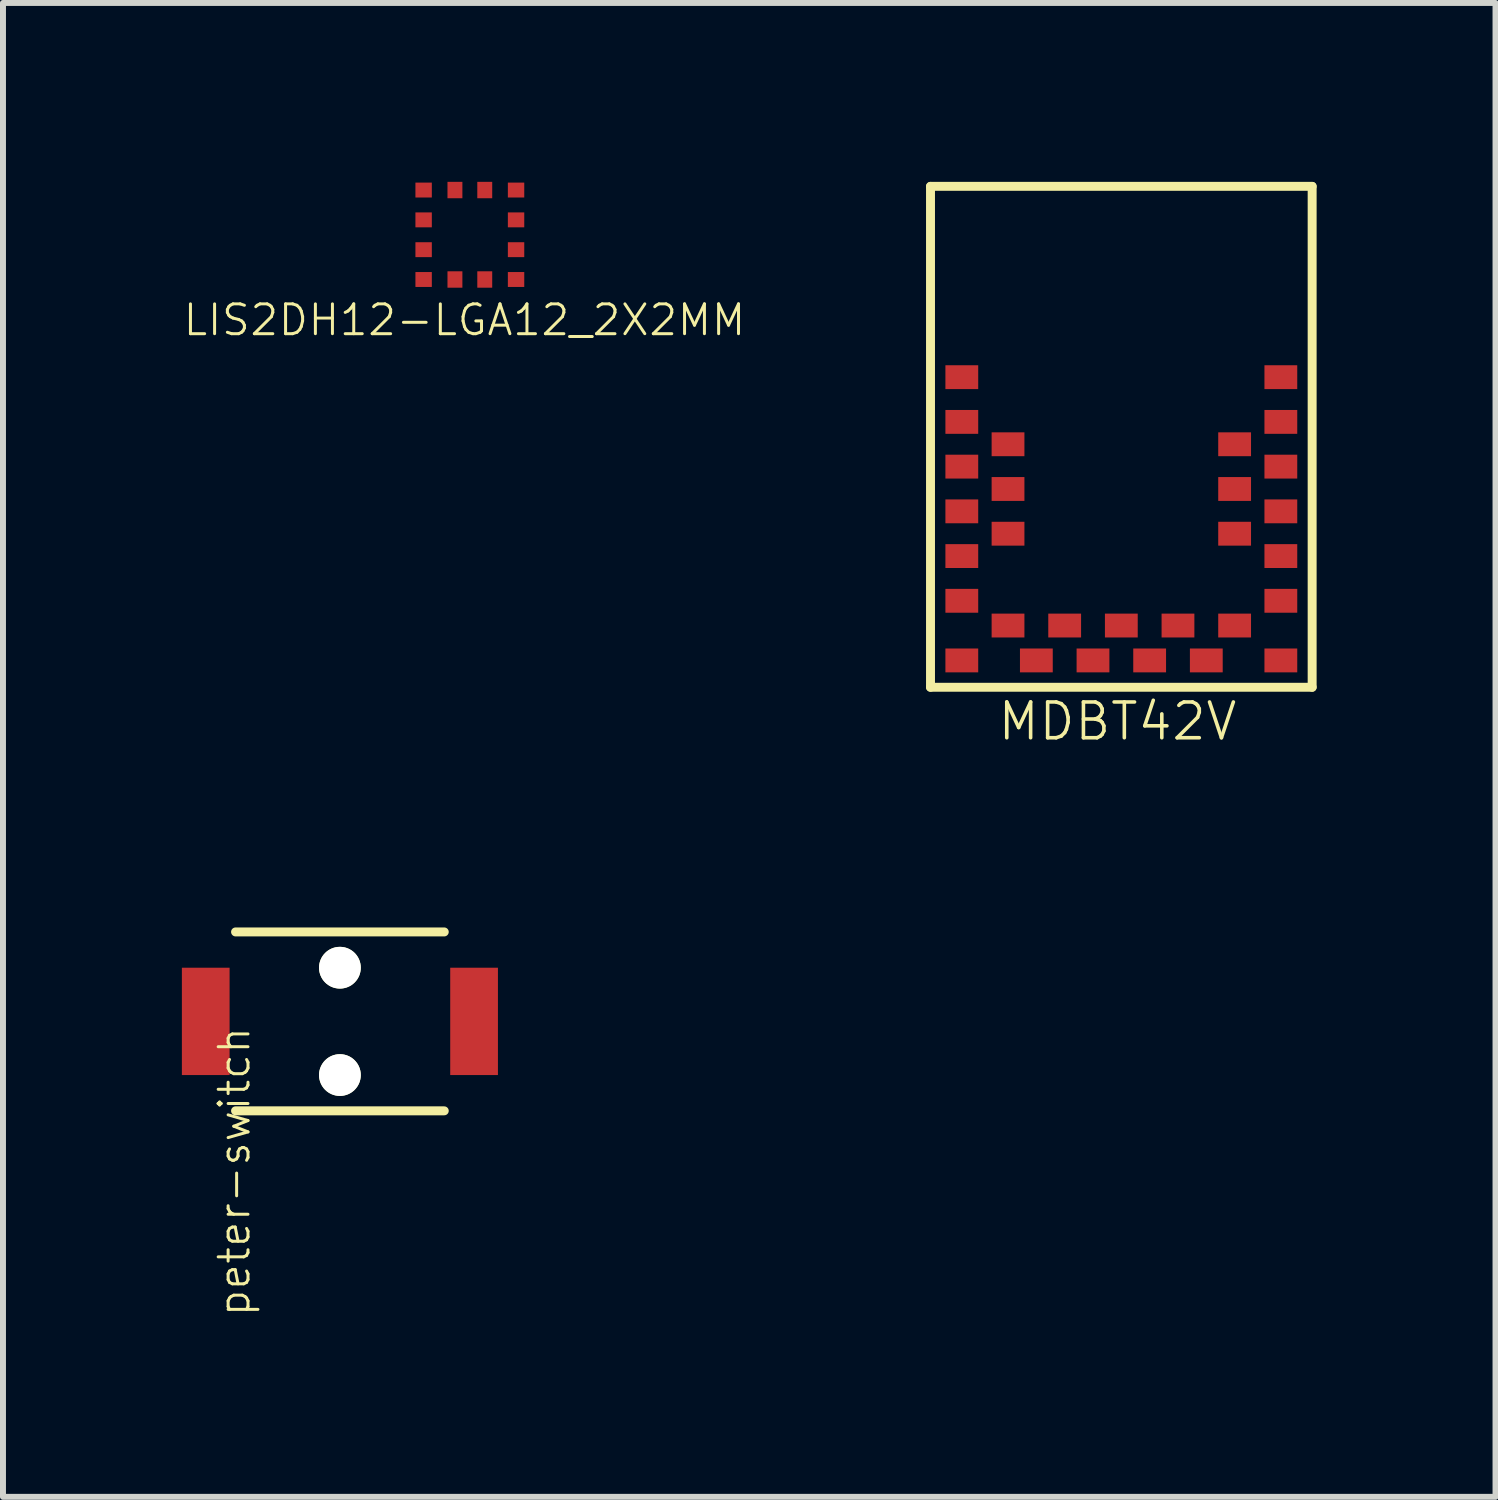
<source format=kicad_pcb>
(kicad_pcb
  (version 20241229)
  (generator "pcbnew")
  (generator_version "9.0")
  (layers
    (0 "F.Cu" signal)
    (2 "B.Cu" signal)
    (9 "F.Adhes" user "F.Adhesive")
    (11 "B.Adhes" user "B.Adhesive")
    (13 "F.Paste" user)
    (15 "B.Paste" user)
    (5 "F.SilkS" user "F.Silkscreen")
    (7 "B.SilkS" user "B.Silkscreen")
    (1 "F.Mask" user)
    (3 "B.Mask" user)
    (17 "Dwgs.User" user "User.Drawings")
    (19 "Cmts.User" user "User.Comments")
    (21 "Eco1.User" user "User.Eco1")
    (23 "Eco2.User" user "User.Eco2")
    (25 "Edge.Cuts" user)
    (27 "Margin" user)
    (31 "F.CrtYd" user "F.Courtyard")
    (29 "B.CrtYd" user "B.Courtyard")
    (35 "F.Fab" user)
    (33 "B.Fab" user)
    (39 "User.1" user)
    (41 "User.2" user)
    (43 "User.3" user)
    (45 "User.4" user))
  (footprint "MDBT42V"
    (layer "F.Cu")
    (at 15.754 8.475)
    (property "Reference" "MDBT42V" (at -0.064 0.572 0) (layer "F.SilkS") (effects (font (size 0.6 0.6) (thickness 0.06))))
    (attr through_hole)
    (fp_line (start -3.2 -8.4) (end 3.2 -8.4) (stroke (width 0.15) (type solid)) (layer "F.SilkS"))
    (fp_line (start -3.2 0) (end -3.2 -8.4) (stroke (width 0.15) (type solid)) (layer "F.SilkS"))
    (fp_line (start 3.2 -8.4) (end 3.2 0) (stroke (width 0.15) (type solid)) (layer "F.SilkS"))
    (fp_line (start 3.2 0) (end -3.2 0) (stroke (width 0.15) (type solid)) (layer "F.SilkS"))
    (pad "1" smd rect (at -2.675 -5.2) (size 0.55 0.4) (layers "F.Cu" "F.Mask" "F.Paste"))
    (pad "2" smd rect (at -2.675 -4.45) (size 0.55 0.4) (layers "F.Cu" "F.Mask" "F.Paste"))
    (pad "3" smd rect (at -1.9 -4.075) (size 0.55 0.4) (layers "F.Cu" "F.Mask" "F.Paste"))
    (pad "4" smd rect (at -2.675 -3.7) (size 0.55 0.4) (layers "F.Cu" "F.Mask" "F.Paste"))
    (pad "5" smd rect (at -1.9 -3.325) (size 0.55 0.4) (layers "F.Cu" "F.Mask" "F.Paste"))
    (pad "6" smd rect (at -2.675 -2.95) (size 0.55 0.4) (layers "F.Cu" "F.Mask" "F.Paste"))
    (pad "7" smd rect (at -1.9 -2.575) (size 0.55 0.4) (layers "F.Cu" "F.Mask" "F.Paste"))
    (pad "8" smd rect (at -2.675 -2.2) (size 0.55 0.4) (layers "F.Cu" "F.Mask" "F.Paste"))
    (pad "9" smd rect (at -2.675 -1.45) (size 0.55 0.4) (layers "F.Cu" "F.Mask" "F.Paste"))
    (pad "10" smd rect (at -2.675 -0.45) (size 0.55 0.4) (layers "F.Cu" "F.Mask" "F.Paste"))
    (pad "11" smd rect (at -1.9 -1.035) (size 0.55 0.4) (layers "F.Cu" "F.Mask" "F.Paste"))
    (pad "12" smd rect (at -1.425 -0.45) (size 0.55 0.4) (layers "F.Cu" "F.Mask" "F.Paste"))
    (pad "13" smd rect (at -0.95 -1.035) (size 0.55 0.4) (layers "F.Cu" "F.Mask" "F.Paste"))
    (pad "14" smd rect (at -0.475 -0.45) (size 0.55 0.4) (layers "F.Cu" "F.Mask" "F.Paste"))
    (pad "15" smd rect (at 0 -1.035) (size 0.55 0.4) (layers "F.Cu" "F.Mask" "F.Paste"))
    (pad "16" smd rect (at 0.475 -0.45) (size 0.55 0.4) (layers "F.Cu" "F.Mask" "F.Paste"))
    (pad "17" smd rect (at 0.95 -1.035) (size 0.55 0.4) (layers "F.Cu" "F.Mask" "F.Paste"))
    (pad "18" smd rect (at 1.425 -0.45) (size 0.55 0.4) (layers "F.Cu" "F.Mask" "F.Paste"))
    (pad "19" smd rect (at 1.9 -1.035) (size 0.55 0.4) (layers "F.Cu" "F.Mask" "F.Paste"))
    (pad "20" smd rect (at 2.675 -0.45) (size 0.55 0.4) (layers "F.Cu" "F.Mask" "F.Paste"))
    (pad "21" smd rect (at 2.675 -1.45) (size 0.55 0.4) (layers "F.Cu" "F.Mask" "F.Paste"))
    (pad "22" smd rect (at 2.675 -2.2) (size 0.55 0.4) (layers "F.Cu" "F.Mask" "F.Paste"))
    (pad "23" smd rect (at 1.9 -2.575) (size 0.55 0.4) (layers "F.Cu" "F.Mask" "F.Paste"))
    (pad "24" smd rect (at 2.675 -2.95) (size 0.55 0.4) (layers "F.Cu" "F.Mask" "F.Paste"))
    (pad "25" smd rect (at 1.9 -3.325) (size 0.55 0.4) (layers "F.Cu" "F.Mask" "F.Paste"))
    (pad "26" smd rect (at 2.675 -3.7) (size 0.55 0.4) (layers "F.Cu" "F.Mask" "F.Paste"))
    (pad "27" smd rect (at 1.9 -4.075) (size 0.55 0.4) (layers "F.Cu" "F.Mask" "F.Paste"))
    (pad "28" smd rect (at 2.675 -4.45) (size 0.55 0.4) (layers "F.Cu" "F.Mask" "F.Paste"))
    (pad "29" smd rect (at 2.675 -5.2) (size 0.55 0.4) (layers "F.Cu" "F.Mask" "F.Paste")))
  (footprint "LIS2DH12-LGA12_2X2MM"
    (layer "F.Cu")
    (at 4.829 0.887)
    (property "Reference" "LIS2DH12-LGA12_2X2MM" (at -0.09 1.43 0) (layer "F.SilkS") (effects (font (size 0.5 0.5) (thickness 0.05))))
    (attr smd)
    (pad "1" smd rect (at -0.775 -0.75) (size 0.275 0.25) (layers "F.Cu" "F.Mask" "F.Paste"))
    (pad "2" smd rect (at -0.775 -0.25) (size 0.275 0.25) (layers "F.Cu" "F.Mask" "F.Paste"))
    (pad "3" smd rect (at -0.775 0.25) (size 0.275 0.25) (layers "F.Cu" "F.Mask" "F.Paste"))
    (pad "4" smd rect (at -0.775 0.75) (size 0.275 0.25) (layers "F.Cu" "F.Mask" "F.Paste"))
    (pad "5" smd rect (at -0.25 0.75 90) (size 0.275 0.25) (layers "F.Cu" "F.Mask" "F.Paste"))
    (pad "6" smd rect (at 0.25 0.75 90) (size 0.275 0.25) (layers "F.Cu" "F.Mask" "F.Paste"))
    (pad "7" smd rect (at 0.775 0.75) (size 0.275 0.25) (layers "F.Cu" "F.Mask" "F.Paste"))
    (pad "8" smd rect (at 0.775 0.25) (size 0.275 0.25) (layers "F.Cu" "F.Mask" "F.Paste"))
    (pad "9" smd rect (at 0.775 -0.25) (size 0.275 0.25) (layers "F.Cu" "F.Mask" "F.Paste"))
    (pad "10" smd rect (at 0.775 -0.75) (size 0.275 0.25) (layers "F.Cu" "F.Mask" "F.Paste"))
    (pad "11" smd rect (at 0.25 -0.75 90) (size 0.275 0.25) (layers "F.Cu" "F.Mask" "F.Paste"))
    (pad "12" smd rect (at -0.25 -0.75 90) (size 0.275 0.25) (layers "F.Cu" "F.Mask" "F.Paste")))
  (footprint "peter-switch"
    (layer "F.Cu")
    (at 2.65 14.078)
    (property "Reference" "peter-switch" (at -1.77 2.52 90) (layer "F.SilkS") (effects (font (size 0.5 0.5) (thickness 0.05))))
    (attr through_hole)
    (fp_line (start -1.75 -1.5) (end 1.75 -1.5) (stroke (width 0.15) (type solid)) (layer "F.SilkS"))
    (fp_line (start -1.75 1.5) (end 1.75 1.5) (stroke (width 0.15) (type solid)) (layer "F.SilkS"))
    (pad "" np_thru_hole circle (at 0 -0.9) (size 0.7 0.7) (drill 0.7) (layers "*.Cu" "*.Mask" "F.SilkS"))
    (pad "" np_thru_hole circle (at 0 0.9) (size 0.7 0.7) (drill 0.7) (layers "*.Cu" "*.Mask" "F.SilkS"))
    (pad "1" smd rect (at -2.25 0) (size 0.8 1.8) (layers "F.Cu" "F.Mask" "F.Paste"))
    (pad "2" smd rect (at 2.25 0) (size 0.8 1.8) (layers "F.Cu" "F.Mask" "F.Paste")))
  (gr_rect
    (start -3 -3)
    (end 22.029 22.051)
    (stroke (width 0.1) (type default))
    (fill no)
    (layer "Edge.Cuts")))
</source>
